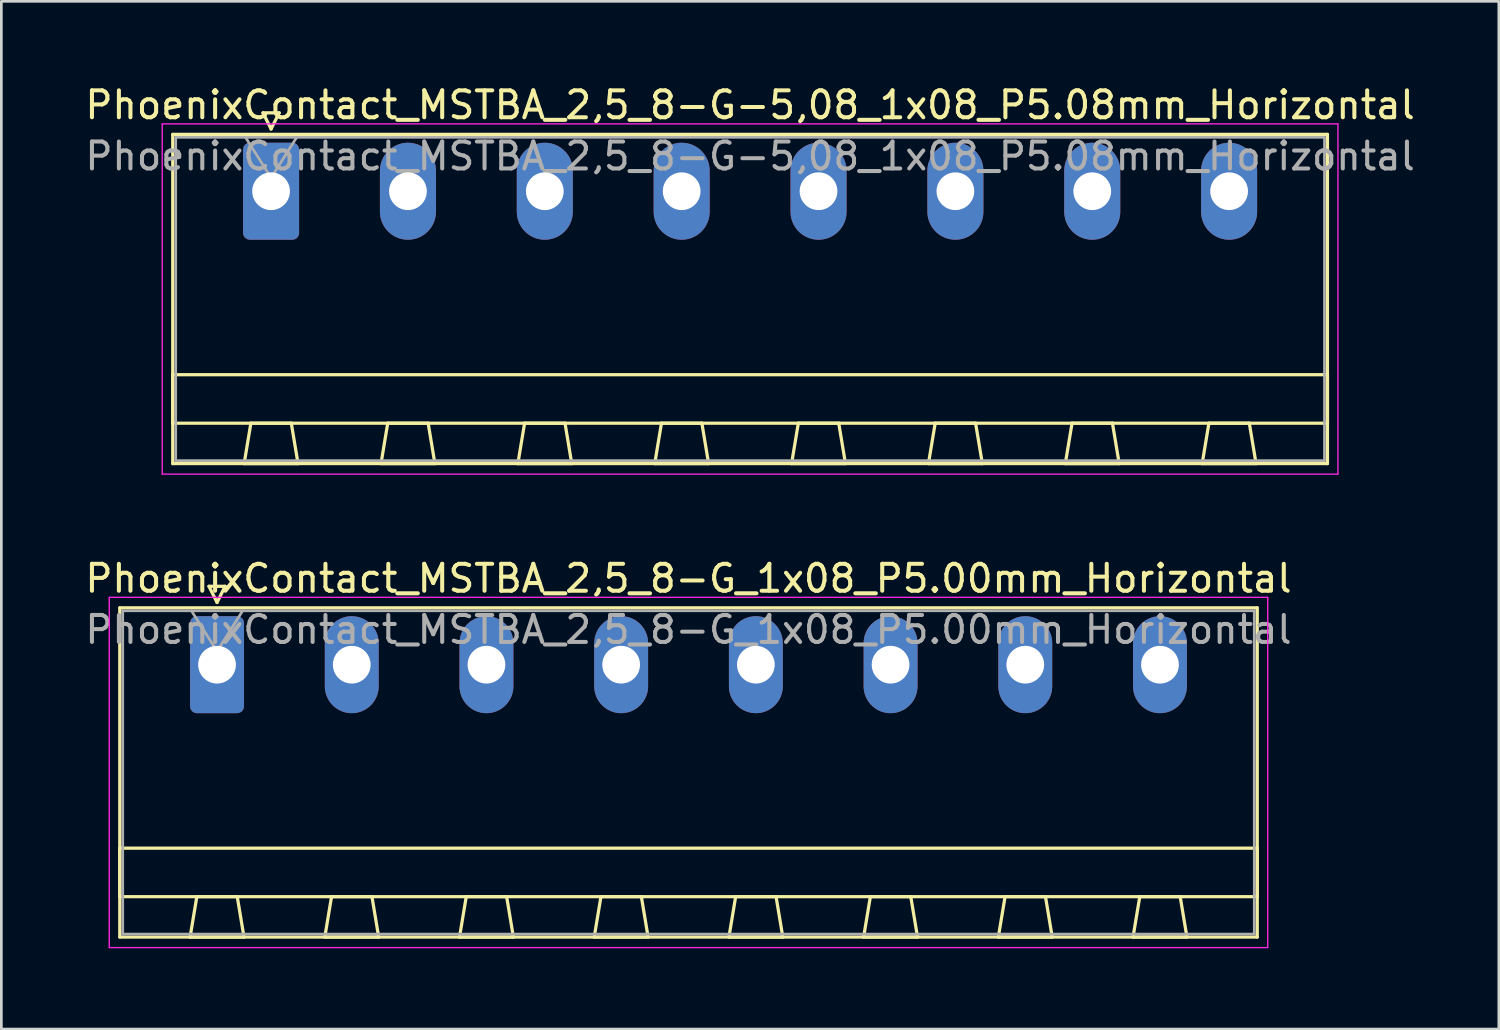
<source format=kicad_pcb>
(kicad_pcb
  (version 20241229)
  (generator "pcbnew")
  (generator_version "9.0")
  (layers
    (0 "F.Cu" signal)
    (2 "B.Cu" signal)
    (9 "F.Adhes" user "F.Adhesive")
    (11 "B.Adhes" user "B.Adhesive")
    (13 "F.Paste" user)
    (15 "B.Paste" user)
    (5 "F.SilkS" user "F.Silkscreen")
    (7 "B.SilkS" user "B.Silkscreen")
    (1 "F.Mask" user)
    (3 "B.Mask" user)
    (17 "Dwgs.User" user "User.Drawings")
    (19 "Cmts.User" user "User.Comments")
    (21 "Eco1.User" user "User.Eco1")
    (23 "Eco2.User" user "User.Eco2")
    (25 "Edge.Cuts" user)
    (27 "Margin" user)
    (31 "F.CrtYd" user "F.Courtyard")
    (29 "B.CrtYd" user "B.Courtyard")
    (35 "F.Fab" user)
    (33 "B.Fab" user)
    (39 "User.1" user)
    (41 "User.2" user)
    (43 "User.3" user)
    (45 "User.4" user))
  (footprint "PhoenixContact_MSTBA_2,5_8-G_1x08_P5.00mm_Horizontal"
    (layer "F.Cu")
    (at 5.006 21.622)
    (property "Reference" "PhoenixContact_MSTBA_2,5_8-G_1x08_P5.00mm_Horizontal" (at 17.5 -3.2 0) (layer "F.SilkS") (effects (font (size 1 1) (thickness 0.15))))
    (attr through_hole)
    (fp_line (start -3.61 -2.11) (end -3.61 10.11) (stroke (width 0.12) (type solid)) (layer "F.SilkS"))
    (fp_line (start -3.61 6.81) (end 38.61 6.81) (stroke (width 0.12) (type solid)) (layer "F.SilkS"))
    (fp_line (start -3.61 8.61) (end -3.61 6.81) (stroke (width 0.12) (type solid)) (layer "F.SilkS"))
    (fp_line (start -3.61 10.11) (end 38.61 10.11) (stroke (width 0.12) (type solid)) (layer "F.SilkS"))
    (fp_line (start -1 10.11) (end 1 10.11) (stroke (width 0.12) (type solid)) (layer "F.SilkS"))
    (fp_line (start -0.75 8.61) (end -1 10.11) (stroke (width 0.12) (type solid)) (layer "F.SilkS"))
    (fp_line (start -0.3 -2.91) (end 0.3 -2.91) (stroke (width 0.12) (type solid)) (layer "F.SilkS"))
    (fp_line (start 0 -2.31) (end -0.3 -2.91) (stroke (width 0.12) (type solid)) (layer "F.SilkS"))
    (fp_line (start 0.3 -2.91) (end 0 -2.31) (stroke (width 0.12) (type solid)) (layer "F.SilkS"))
    (fp_line (start 0.75 8.61) (end -0.75 8.61) (stroke (width 0.12) (type solid)) (layer "F.SilkS"))
    (fp_line (start 1 10.11) (end 0.75 8.61) (stroke (width 0.12) (type solid)) (layer "F.SilkS"))
    (fp_line (start 4 10.11) (end 6 10.11) (stroke (width 0.12) (type solid)) (layer "F.SilkS"))
    (fp_line (start 4.25 8.61) (end 4 10.11) (stroke (width 0.12) (type solid)) (layer "F.SilkS"))
    (fp_line (start 5.75 8.61) (end 4.25 8.61) (stroke (width 0.12) (type solid)) (layer "F.SilkS"))
    (fp_line (start 6 10.11) (end 5.75 8.61) (stroke (width 0.12) (type solid)) (layer "F.SilkS"))
    (fp_line (start 9 10.11) (end 11 10.11) (stroke (width 0.12) (type solid)) (layer "F.SilkS"))
    (fp_line (start 9.25 8.61) (end 9 10.11) (stroke (width 0.12) (type solid)) (layer "F.SilkS"))
    (fp_line (start 10.75 8.61) (end 9.25 8.61) (stroke (width 0.12) (type solid)) (layer "F.SilkS"))
    (fp_line (start 11 10.11) (end 10.75 8.61) (stroke (width 0.12) (type solid)) (layer "F.SilkS"))
    (fp_line (start 14 10.11) (end 16 10.11) (stroke (width 0.12) (type solid)) (layer "F.SilkS"))
    (fp_line (start 14.25 8.61) (end 14 10.11) (stroke (width 0.12) (type solid)) (layer "F.SilkS"))
    (fp_line (start 15.75 8.61) (end 14.25 8.61) (stroke (width 0.12) (type solid)) (layer "F.SilkS"))
    (fp_line (start 16 10.11) (end 15.75 8.61) (stroke (width 0.12) (type solid)) (layer "F.SilkS"))
    (fp_line (start 19 10.11) (end 21 10.11) (stroke (width 0.12) (type solid)) (layer "F.SilkS"))
    (fp_line (start 19.25 8.61) (end 19 10.11) (stroke (width 0.12) (type solid)) (layer "F.SilkS"))
    (fp_line (start 20.75 8.61) (end 19.25 8.61) (stroke (width 0.12) (type solid)) (layer "F.SilkS"))
    (fp_line (start 21 10.11) (end 20.75 8.61) (stroke (width 0.12) (type solid)) (layer "F.SilkS"))
    (fp_line (start 24 10.11) (end 26 10.11) (stroke (width 0.12) (type solid)) (layer "F.SilkS"))
    (fp_line (start 24.25 8.61) (end 24 10.11) (stroke (width 0.12) (type solid)) (layer "F.SilkS"))
    (fp_line (start 25.75 8.61) (end 24.25 8.61) (stroke (width 0.12) (type solid)) (layer "F.SilkS"))
    (fp_line (start 26 10.11) (end 25.75 8.61) (stroke (width 0.12) (type solid)) (layer "F.SilkS"))
    (fp_line (start 29 10.11) (end 31 10.11) (stroke (width 0.12) (type solid)) (layer "F.SilkS"))
    (fp_line (start 29.25 8.61) (end 29 10.11) (stroke (width 0.12) (type solid)) (layer "F.SilkS"))
    (fp_line (start 30.75 8.61) (end 29.25 8.61) (stroke (width 0.12) (type solid)) (layer "F.SilkS"))
    (fp_line (start 31 10.11) (end 30.75 8.61) (stroke (width 0.12) (type solid)) (layer "F.SilkS"))
    (fp_line (start 34 10.11) (end 36 10.11) (stroke (width 0.12) (type solid)) (layer "F.SilkS"))
    (fp_line (start 34.25 8.61) (end 34 10.11) (stroke (width 0.12) (type solid)) (layer "F.SilkS"))
    (fp_line (start 35.75 8.61) (end 34.25 8.61) (stroke (width 0.12) (type solid)) (layer "F.SilkS"))
    (fp_line (start 36 10.11) (end 35.75 8.61) (stroke (width 0.12) (type solid)) (layer "F.SilkS"))
    (fp_line (start 38.61 -2.11) (end -3.61 -2.11) (stroke (width 0.12) (type solid)) (layer "F.SilkS"))
    (fp_line (start 38.61 6.81) (end 38.61 8.61) (stroke (width 0.12) (type solid)) (layer "F.SilkS"))
    (fp_line (start 38.61 8.61) (end -3.61 8.61) (stroke (width 0.12) (type solid)) (layer "F.SilkS"))
    (fp_line (start 38.61 10.11) (end 38.61 -2.11) (stroke (width 0.12) (type solid)) (layer "F.SilkS"))
    (fp_line (start -4 -2.5) (end -4 10.5) (stroke (width 0.05) (type solid)) (layer "F.CrtYd"))
    (fp_line (start -4 10.5) (end 39 10.5) (stroke (width 0.05) (type solid)) (layer "F.CrtYd"))
    (fp_line (start 39 -2.5) (end -4 -2.5) (stroke (width 0.05) (type solid)) (layer "F.CrtYd"))
    (fp_line (start 39 10.5) (end 39 -2.5) (stroke (width 0.05) (type solid)) (layer "F.CrtYd"))
    (fp_line (start -3.5 -2) (end -3.5 10) (stroke (width 0.1) (type solid)) (layer "F.Fab"))
    (fp_line (start -3.5 10) (end 38.5 10) (stroke (width 0.1) (type solid)) (layer "F.Fab"))
    (fp_line (start 0 -0.5) (end -0.95 -2) (stroke (width 0.1) (type solid)) (layer "F.Fab"))
    (fp_line (start 0.95 -2) (end 0 -0.5) (stroke (width 0.1) (type solid)) (layer "F.Fab"))
    (fp_line (start 38.5 -2) (end -3.5 -2) (stroke (width 0.1) (type solid)) (layer "F.Fab"))
    (fp_line (start 38.5 10) (end 38.5 -2) (stroke (width 0.1) (type solid)) (layer "F.Fab"))
    (fp_text user "${REFERENCE}" (at 17.5 -1.3 0) (layer "F.Fab") (effects (font (size 1 1) (thickness 0.15))))
    (pad "1" thru_hole roundrect (at 0 0) (size 2 3.6) (drill 1.4) (layers "*.Cu" "*.Mask") (roundrect_rratio 0.125))
    (pad "2" thru_hole oval (at 5 0) (size 2 3.6) (drill 1.4) (layers "*.Cu" "*.Mask"))
    (pad "3" thru_hole oval (at 10 0) (size 2 3.6) (drill 1.4) (layers "*.Cu" "*.Mask"))
    (pad "4" thru_hole oval (at 15 0) (size 2 3.6) (drill 1.4) (layers "*.Cu" "*.Mask"))
    (pad "5" thru_hole oval (at 20 0) (size 2 3.6) (drill 1.4) (layers "*.Cu" "*.Mask"))
    (pad "6" thru_hole oval (at 25 0) (size 2 3.6) (drill 1.4) (layers "*.Cu" "*.Mask"))
    (pad "7" thru_hole oval (at 30 0) (size 2 3.6) (drill 1.4) (layers "*.Cu" "*.Mask"))
    (pad "8" thru_hole oval (at 35 0) (size 2 3.6) (drill 1.4) (layers "*.Cu" "*.Mask")))
  (footprint "PhoenixContact_MSTBA_2,5_8-G-5,08_1x08_P5.08mm_Horizontal"
    (layer "F.Cu")
    (at 7.012 4.048)
    (property "Reference" "PhoenixContact_MSTBA_2,5_8-G-5,08_1x08_P5.08mm_Horizontal" (at 17.78 -3.2 0) (layer "F.SilkS") (effects (font (size 1 1) (thickness 0.15))))
    (attr through_hole)
    (fp_line (start -3.65 -2.11) (end -3.65 10.11) (stroke (width 0.12) (type solid)) (layer "F.SilkS"))
    (fp_line (start -3.65 6.81) (end 39.21 6.81) (stroke (width 0.12) (type solid)) (layer "F.SilkS"))
    (fp_line (start -3.65 8.61) (end -3.65 6.81) (stroke (width 0.12) (type solid)) (layer "F.SilkS"))
    (fp_line (start -3.65 10.11) (end 39.21 10.11) (stroke (width 0.12) (type solid)) (layer "F.SilkS"))
    (fp_line (start -1 10.11) (end 1 10.11) (stroke (width 0.12) (type solid)) (layer "F.SilkS"))
    (fp_line (start -0.75 8.61) (end -1 10.11) (stroke (width 0.12) (type solid)) (layer "F.SilkS"))
    (fp_line (start -0.3 -2.91) (end 0.3 -2.91) (stroke (width 0.12) (type solid)) (layer "F.SilkS"))
    (fp_line (start 0 -2.31) (end -0.3 -2.91) (stroke (width 0.12) (type solid)) (layer "F.SilkS"))
    (fp_line (start 0.3 -2.91) (end 0 -2.31) (stroke (width 0.12) (type solid)) (layer "F.SilkS"))
    (fp_line (start 0.75 8.61) (end -0.75 8.61) (stroke (width 0.12) (type solid)) (layer "F.SilkS"))
    (fp_line (start 1 10.11) (end 0.75 8.61) (stroke (width 0.12) (type solid)) (layer "F.SilkS"))
    (fp_line (start 4.08 10.11) (end 6.08 10.11) (stroke (width 0.12) (type solid)) (layer "F.SilkS"))
    (fp_line (start 4.33 8.61) (end 4.08 10.11) (stroke (width 0.12) (type solid)) (layer "F.SilkS"))
    (fp_line (start 5.83 8.61) (end 4.33 8.61) (stroke (width 0.12) (type solid)) (layer "F.SilkS"))
    (fp_line (start 6.08 10.11) (end 5.83 8.61) (stroke (width 0.12) (type solid)) (layer "F.SilkS"))
    (fp_line (start 9.16 10.11) (end 11.16 10.11) (stroke (width 0.12) (type solid)) (layer "F.SilkS"))
    (fp_line (start 9.41 8.61) (end 9.16 10.11) (stroke (width 0.12) (type solid)) (layer "F.SilkS"))
    (fp_line (start 10.91 8.61) (end 9.41 8.61) (stroke (width 0.12) (type solid)) (layer "F.SilkS"))
    (fp_line (start 11.16 10.11) (end 10.91 8.61) (stroke (width 0.12) (type solid)) (layer "F.SilkS"))
    (fp_line (start 14.24 10.11) (end 16.24 10.11) (stroke (width 0.12) (type solid)) (layer "F.SilkS"))
    (fp_line (start 14.49 8.61) (end 14.24 10.11) (stroke (width 0.12) (type solid)) (layer "F.SilkS"))
    (fp_line (start 15.99 8.61) (end 14.49 8.61) (stroke (width 0.12) (type solid)) (layer "F.SilkS"))
    (fp_line (start 16.24 10.11) (end 15.99 8.61) (stroke (width 0.12) (type solid)) (layer "F.SilkS"))
    (fp_line (start 19.32 10.11) (end 21.32 10.11) (stroke (width 0.12) (type solid)) (layer "F.SilkS"))
    (fp_line (start 19.57 8.61) (end 19.32 10.11) (stroke (width 0.12) (type solid)) (layer "F.SilkS"))
    (fp_line (start 21.07 8.61) (end 19.57 8.61) (stroke (width 0.12) (type solid)) (layer "F.SilkS"))
    (fp_line (start 21.32 10.11) (end 21.07 8.61) (stroke (width 0.12) (type solid)) (layer "F.SilkS"))
    (fp_line (start 24.4 10.11) (end 26.4 10.11) (stroke (width 0.12) (type solid)) (layer "F.SilkS"))
    (fp_line (start 24.65 8.61) (end 24.4 10.11) (stroke (width 0.12) (type solid)) (layer "F.SilkS"))
    (fp_line (start 26.15 8.61) (end 24.65 8.61) (stroke (width 0.12) (type solid)) (layer "F.SilkS"))
    (fp_line (start 26.4 10.11) (end 26.15 8.61) (stroke (width 0.12) (type solid)) (layer "F.SilkS"))
    (fp_line (start 29.48 10.11) (end 31.48 10.11) (stroke (width 0.12) (type solid)) (layer "F.SilkS"))
    (fp_line (start 29.73 8.61) (end 29.48 10.11) (stroke (width 0.12) (type solid)) (layer "F.SilkS"))
    (fp_line (start 31.23 8.61) (end 29.73 8.61) (stroke (width 0.12) (type solid)) (layer "F.SilkS"))
    (fp_line (start 31.48 10.11) (end 31.23 8.61) (stroke (width 0.12) (type solid)) (layer "F.SilkS"))
    (fp_line (start 34.56 10.11) (end 36.56 10.11) (stroke (width 0.12) (type solid)) (layer "F.SilkS"))
    (fp_line (start 34.81 8.61) (end 34.56 10.11) (stroke (width 0.12) (type solid)) (layer "F.SilkS"))
    (fp_line (start 36.31 8.61) (end 34.81 8.61) (stroke (width 0.12) (type solid)) (layer "F.SilkS"))
    (fp_line (start 36.56 10.11) (end 36.31 8.61) (stroke (width 0.12) (type solid)) (layer "F.SilkS"))
    (fp_line (start 39.21 -2.11) (end -3.65 -2.11) (stroke (width 0.12) (type solid)) (layer "F.SilkS"))
    (fp_line (start 39.21 6.81) (end 39.21 8.61) (stroke (width 0.12) (type solid)) (layer "F.SilkS"))
    (fp_line (start 39.21 8.61) (end -3.65 8.61) (stroke (width 0.12) (type solid)) (layer "F.SilkS"))
    (fp_line (start 39.21 10.11) (end 39.21 -2.11) (stroke (width 0.12) (type solid)) (layer "F.SilkS"))
    (fp_line (start -4.04 -2.5) (end -4.04 10.5) (stroke (width 0.05) (type solid)) (layer "F.CrtYd"))
    (fp_line (start -4.04 10.5) (end 39.6 10.5) (stroke (width 0.05) (type solid)) (layer "F.CrtYd"))
    (fp_line (start 39.6 -2.5) (end -4.04 -2.5) (stroke (width 0.05) (type solid)) (layer "F.CrtYd"))
    (fp_line (start 39.6 10.5) (end 39.6 -2.5) (stroke (width 0.05) (type solid)) (layer "F.CrtYd"))
    (fp_line (start -3.54 -2) (end -3.54 10) (stroke (width 0.1) (type solid)) (layer "F.Fab"))
    (fp_line (start -3.54 10) (end 39.1 10) (stroke (width 0.1) (type solid)) (layer "F.Fab"))
    (fp_line (start 0 -0.5) (end -0.95 -2) (stroke (width 0.1) (type solid)) (layer "F.Fab"))
    (fp_line (start 0.95 -2) (end 0 -0.5) (stroke (width 0.1) (type solid)) (layer "F.Fab"))
    (fp_line (start 39.1 -2) (end -3.54 -2) (stroke (width 0.1) (type solid)) (layer "F.Fab"))
    (fp_line (start 39.1 10) (end 39.1 -2) (stroke (width 0.1) (type solid)) (layer "F.Fab"))
    (fp_text user "${REFERENCE}" (at 17.78 -1.3 0) (layer "F.Fab") (effects (font (size 1 1) (thickness 0.15))))
    (pad "1" thru_hole roundrect (at 0 0) (size 2.08 3.6) (drill 1.4) (layers "*.Cu" "*.Mask") (roundrect_rratio 0.12))
    (pad "2" thru_hole oval (at 5.08 0) (size 2.08 3.6) (drill 1.4) (layers "*.Cu" "*.Mask"))
    (pad "3" thru_hole oval (at 10.16 0) (size 2.08 3.6) (drill 1.4) (layers "*.Cu" "*.Mask"))
    (pad "4" thru_hole oval (at 15.24 0) (size 2.08 3.6) (drill 1.4) (layers "*.Cu" "*.Mask"))
    (pad "5" thru_hole oval (at 20.32 0) (size 2.08 3.6) (drill 1.4) (layers "*.Cu" "*.Mask"))
    (pad "6" thru_hole oval (at 25.4 0) (size 2.08 3.6) (drill 1.4) (layers "*.Cu" "*.Mask"))
    (pad "7" thru_hole oval (at 30.48 0) (size 2.08 3.6) (drill 1.4) (layers "*.Cu" "*.Mask"))
    (pad "8" thru_hole oval (at 35.56 0) (size 2.08 3.6) (drill 1.4) (layers "*.Cu" "*.Mask")))
  (gr_rect
    (start -3 -3)
    (end 52.583 35.147)
    (stroke (width 0.1) (type default))
    (fill no)
    (layer "Edge.Cuts")))
</source>
